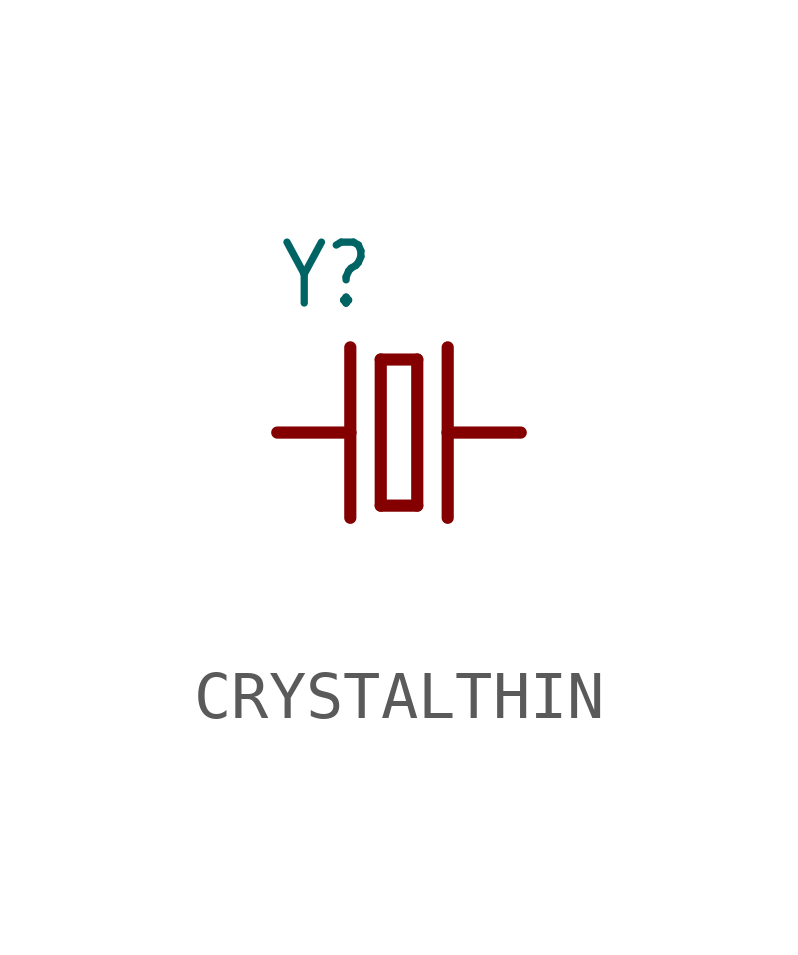
<source format=kicad_sym>
(kicad_symbol_lib
  (version 20220914)
  (generator kicad_symbol_editor)
  (symbol "CRYSTALTHIN"
    (property "Reference" "Y"
      (at -2.54 2.54 0)
      (effects (font (size 1.27 1.079)) (justify left bottom)))
    (property "Value" ""
      (at -2.54 -3.81 0)
      (effects (font (size 1.27 1.079)) (justify left bottom)))
    (property "ki_locked" ""
      (at 0 0 0)
      (effects (font (size 1.27 1.27))))
    (symbol "CRYSTALTHIN_1_0"
      (polyline (pts (xy -2.54 0) (xy -1.016 0)) (stroke (width 0.254) (type solid)) (fill (type none)))
      (polyline (pts (xy -1.016 0) (xy -1.016 -1.778)) (stroke (width 0.254) (type solid)) (fill (type none)))
      (polyline (pts (xy -1.016 1.778) (xy -1.016 0)) (stroke (width 0.254) (type solid)) (fill (type none)))
      (polyline (pts (xy -0.381 -1.524) (xy 0.381 -1.524)) (stroke (width 0.254) (type solid)) (fill (type none)))
      (polyline (pts (xy -0.381 1.524) (xy -0.381 -1.524)) (stroke (width 0.254) (type solid)) (fill (type none)))
      (polyline (pts (xy 0.381 -1.524) (xy 0.381 1.524)) (stroke (width 0.254) (type solid)) (fill (type none)))
      (polyline (pts (xy 0.381 1.524) (xy -0.381 1.524)) (stroke (width 0.254) (type solid)) (fill (type none)))
      (polyline (pts (xy 1.016 0) (xy 1.016 -1.778)) (stroke (width 0.254) (type solid)) (fill (type none)))
      (polyline (pts (xy 1.016 1.778) (xy 1.016 0)) (stroke (width 0.254) (type solid)) (fill (type none)))
      (polyline (pts (xy 2.54 0) (xy 1.016 0)) (stroke (width 0.254) (type solid)) (fill (type none)))
      (pin passive line (at -2.54 0 0) (length 0) (name "1" (effects (font (size 0 0)))) (number "1" (effects (font (size 0 0)))))
      (pin passive line (at 2.54 0 180) (length 0) (name "2" (effects (font (size 0 0)))) (number "2" (effects (font (size 0 0))))))))
</source>
